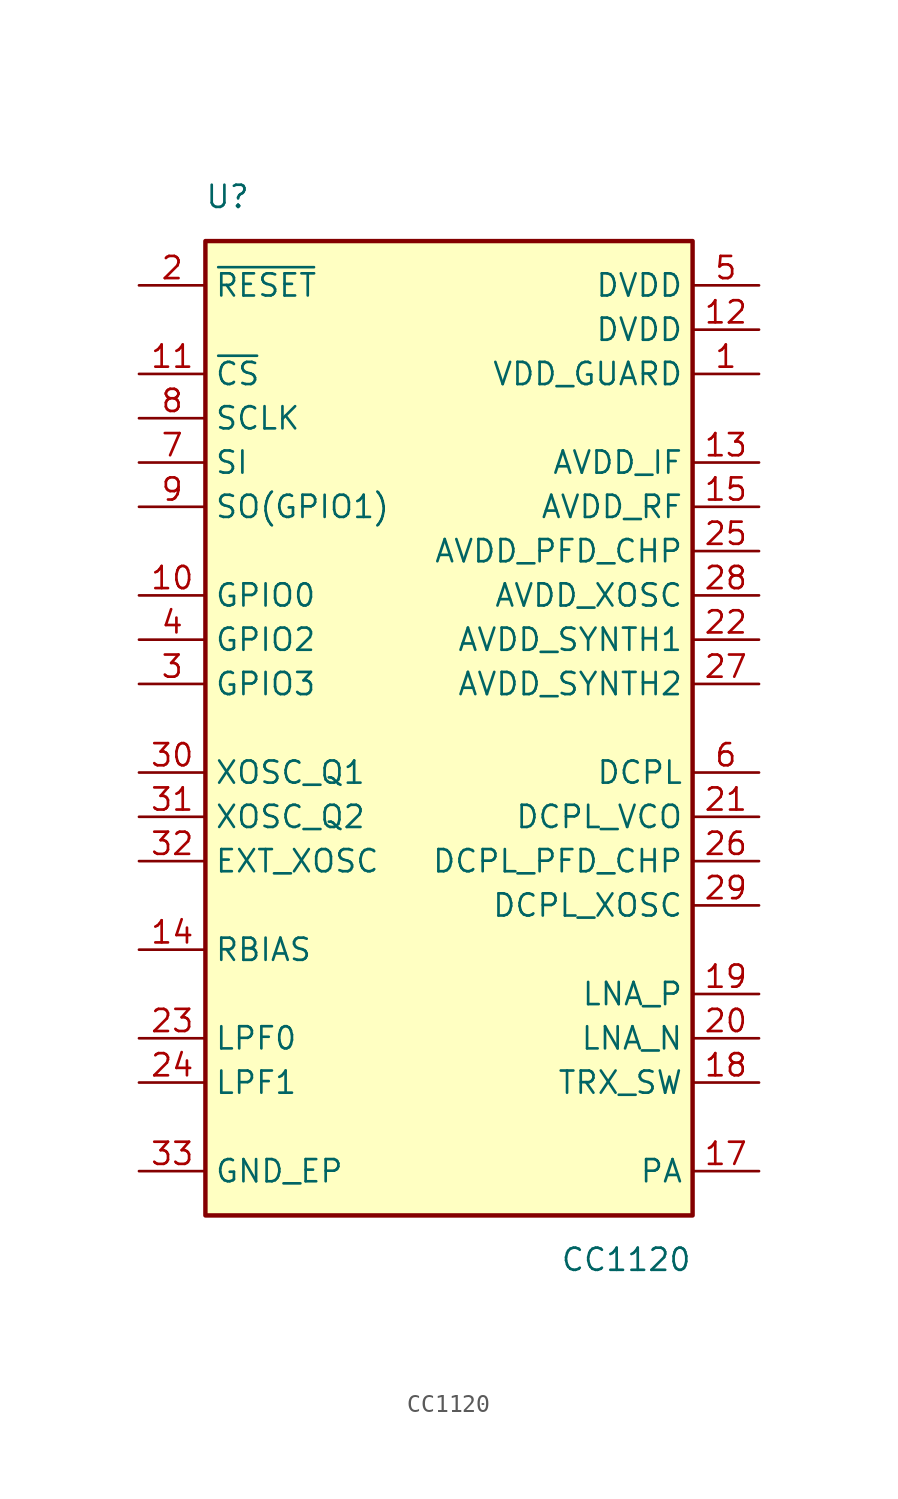
<source format=kicad_sym>
(kicad_symbol_lib
  (version 20211014)
  (generator kicad_symbol_editor)
  (symbol "CC1120"
    (property "Reference" "U"
      (at -12.7 30.48 0)
      (effects (font (size 1.27 1.27))))
    (property "Value" "CC1120"
      (at 10.16 -30.48 0)
      (effects (font (size 1.27 1.27))))
    (symbol "CC1120_0_1"
      (rectangle (start -13.97 27.94) (end 13.97 -27.94) (stroke (width 0.254) (type default) (color 0 0 0 0)) (fill (type background))))
    (symbol "CC1120_1_1"
      (pin power_in line (at 17.78 20.32 180) (length 3.81) (name "VDD_GUARD" (effects (font (size 1.27 1.27)))) (number "1" (effects (font (size 1.27 1.27)))))
      (pin bidirectional line (at -17.78 7.62 0) (length 3.81) (name "GPIO0" (effects (font (size 1.27 1.27)))) (number "10" (effects (font (size 1.27 1.27)))))
      (pin input line (at -17.78 20.32 0) (length 3.81) (name "~{CS}" (effects (font (size 1.27 1.27)))) (number "11" (effects (font (size 1.27 1.27)))))
      (pin power_in line (at 17.78 22.86 180) (length 3.81) (name "DVDD" (effects (font (size 1.27 1.27)))) (number "12" (effects (font (size 1.27 1.27)))))
      (pin power_in line (at 17.78 15.24 180) (length 3.81) (name "AVDD_IF" (effects (font (size 1.27 1.27)))) (number "13" (effects (font (size 1.27 1.27)))))
      (pin passive line (at -17.78 -12.7 0) (length 3.81) (name "RBIAS" (effects (font (size 1.27 1.27)))) (number "14" (effects (font (size 1.27 1.27)))))
      (pin power_in line (at 17.78 12.7 180) (length 3.81) (name "AVDD_RF" (effects (font (size 1.27 1.27)))) (number "15" (effects (font (size 1.27 1.27)))))
      (pin passive line (at 17.78 -25.4 180) (length 3.81) (name "PA" (effects (font (size 1.27 1.27)))) (number "17" (effects (font (size 1.27 1.27)))))
      (pin passive line (at 17.78 -20.32 180) (length 3.81) (name "TRX_SW" (effects (font (size 1.27 1.27)))) (number "18" (effects (font (size 1.27 1.27)))))
      (pin passive line (at 17.78 -15.24 180) (length 3.81) (name "LNA_P" (effects (font (size 1.27 1.27)))) (number "19" (effects (font (size 1.27 1.27)))))
      (pin input line (at -17.78 25.4 0) (length 3.81) (name "~{RESET}" (effects (font (size 1.27 1.27)))) (number "2" (effects (font (size 1.27 1.27)))))
      (pin passive line (at 17.78 -17.78 180) (length 3.81) (name "LNA_N" (effects (font (size 1.27 1.27)))) (number "20" (effects (font (size 1.27 1.27)))))
      (pin power_out line (at 17.78 -5.08 180) (length 3.81) (name "DCPL_VCO" (effects (font (size 1.27 1.27)))) (number "21" (effects (font (size 1.27 1.27)))))
      (pin power_in line (at 17.78 5.08 180) (length 3.81) (name "AVDD_SYNTH1" (effects (font (size 1.27 1.27)))) (number "22" (effects (font (size 1.27 1.27)))))
      (pin passive line (at -17.78 -17.78 0) (length 3.81) (name "LPF0" (effects (font (size 1.27 1.27)))) (number "23" (effects (font (size 1.27 1.27)))))
      (pin passive line (at -17.78 -20.32 0) (length 3.81) (name "LPF1" (effects (font (size 1.27 1.27)))) (number "24" (effects (font (size 1.27 1.27)))))
      (pin power_in line (at 17.78 10.16 180) (length 3.81) (name "AVDD_PFD_CHP" (effects (font (size 1.27 1.27)))) (number "25" (effects (font (size 1.27 1.27)))))
      (pin power_out line (at 17.78 -7.62 180) (length 3.81) (name "DCPL_PFD_CHP" (effects (font (size 1.27 1.27)))) (number "26" (effects (font (size 1.27 1.27)))))
      (pin power_in line (at 17.78 2.54 180) (length 3.81) (name "AVDD_SYNTH2" (effects (font (size 1.27 1.27)))) (number "27" (effects (font (size 1.27 1.27)))))
      (pin power_in line (at 17.78 7.62 180) (length 3.81) (name "AVDD_XOSC" (effects (font (size 1.27 1.27)))) (number "28" (effects (font (size 1.27 1.27)))))
      (pin power_out line (at 17.78 -10.16 180) (length 3.81) (name "DCPL_XOSC" (effects (font (size 1.27 1.27)))) (number "29" (effects (font (size 1.27 1.27)))))
      (pin bidirectional line (at -17.78 2.54 0) (length 3.81) (name "GPIO3" (effects (font (size 1.27 1.27)))) (number "3" (effects (font (size 1.27 1.27)))))
      (pin passive line (at -17.78 -2.54 0) (length 3.81) (name "XOSC_Q1" (effects (font (size 1.27 1.27)))) (number "30" (effects (font (size 1.27 1.27)))))
      (pin passive line (at -17.78 -5.08 0) (length 3.81) (name "XOSC_Q2" (effects (font (size 1.27 1.27)))) (number "31" (effects (font (size 1.27 1.27)))))
      (pin input line (at -17.78 -7.62 0) (length 3.81) (name "EXT_XOSC" (effects (font (size 1.27 1.27)))) (number "32" (effects (font (size 1.27 1.27)))))
      (pin power_in line (at -17.78 -25.4 0) (length 3.81) (name "GND_EP" (effects (font (size 1.27 1.27)))) (number "33" (effects (font (size 1.27 1.27)))))
      (pin bidirectional line (at -17.78 5.08 0) (length 3.81) (name "GPIO2" (effects (font (size 1.27 1.27)))) (number "4" (effects (font (size 1.27 1.27)))))
      (pin power_in line (at 17.78 25.4 180) (length 3.81) (name "DVDD" (effects (font (size 1.27 1.27)))) (number "5" (effects (font (size 1.27 1.27)))))
      (pin power_out line (at 17.78 -2.54 180) (length 3.81) (name "DCPL" (effects (font (size 1.27 1.27)))) (number "6" (effects (font (size 1.27 1.27)))))
      (pin input line (at -17.78 15.24 0) (length 3.81) (name "SI" (effects (font (size 1.27 1.27)))) (number "7" (effects (font (size 1.27 1.27)))))
      (pin input line (at -17.78 17.78 0) (length 3.81) (name "SCLK" (effects (font (size 1.27 1.27)))) (number "8" (effects (font (size 1.27 1.27)))))
      (pin bidirectional line (at -17.78 12.7 0) (length 3.81) (name "SO(GPIO1)" (effects (font (size 1.27 1.27)))) (number "9" (effects (font (size 1.27 1.27))))))))
</source>
